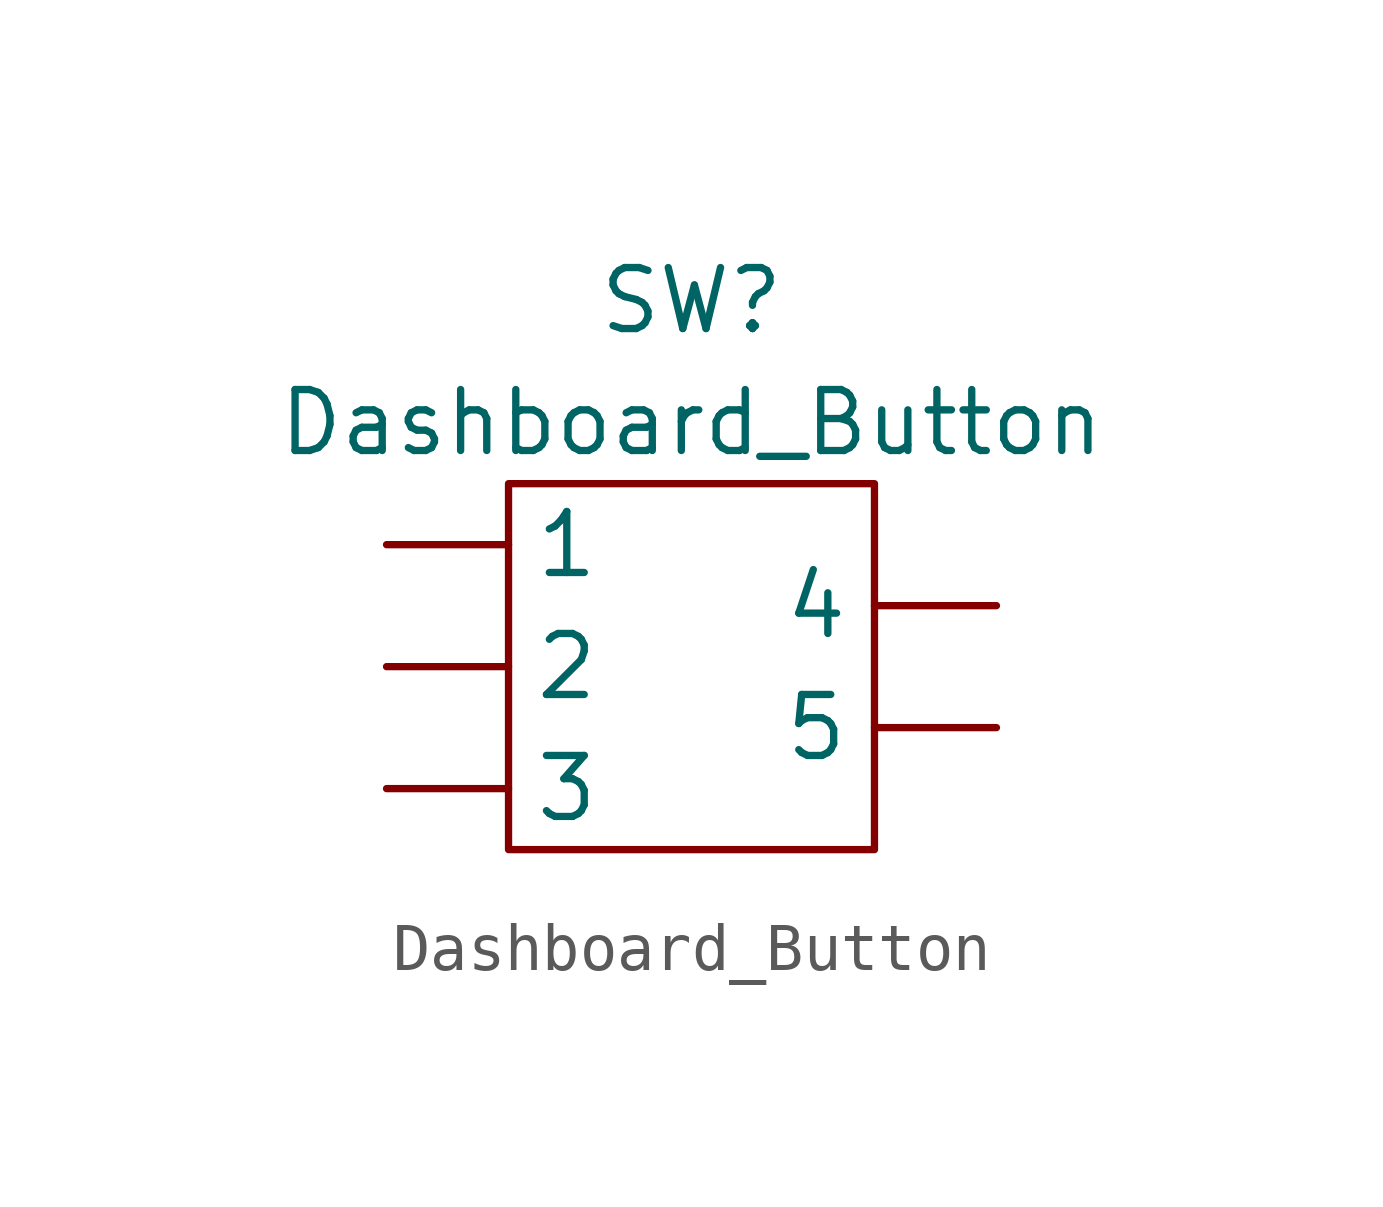
<source format=kicad_sym>
(kicad_symbol_lib
  (version 20211014)
  (generator kicad_symbol_editor)
  (symbol "Dashboard_Button"
    (property "Reference" "SW"
      (at 0 7.62 0)
      (effects (font (size 1.27 1.27))))
    (property "Value" "Dashboard_Button"
      (at 0 5.08 0)
      (effects (font (size 1.27 1.27))))
    (symbol "Dashboard_Button_0_1"
      (rectangle (start -3.81 3.81) (end 3.81 -3.81) (stroke (width 0) (type default) (color 0 0 0 0)) (fill (type none))))
    (symbol "Dashboard_Button_1_1"
      (pin input line (at -6.35 2.54 0) (length 2.54) (name "1" (effects (font (size 1.27 1.27)))) (number "" (effects (font (size 1.27 1.27)))))
      (pin input line (at -6.35 0 0) (length 2.54) (name "2" (effects (font (size 1.27 1.27)))) (number "" (effects (font (size 1.27 1.27)))))
      (pin input line (at -6.35 -2.54 0) (length 2.54) (name "3" (effects (font (size 1.27 1.27)))) (number "" (effects (font (size 1.27 1.27)))))
      (pin input line (at 6.35 1.27 180) (length 2.54) (name "4" (effects (font (size 1.27 1.27)))) (number "" (effects (font (size 1.27 1.27)))))
      (pin input line (at 6.35 -1.27 180) (length 2.54) (name "5" (effects (font (size 1.27 1.27)))) (number "" (effects (font (size 1.27 1.27))))))))
</source>
